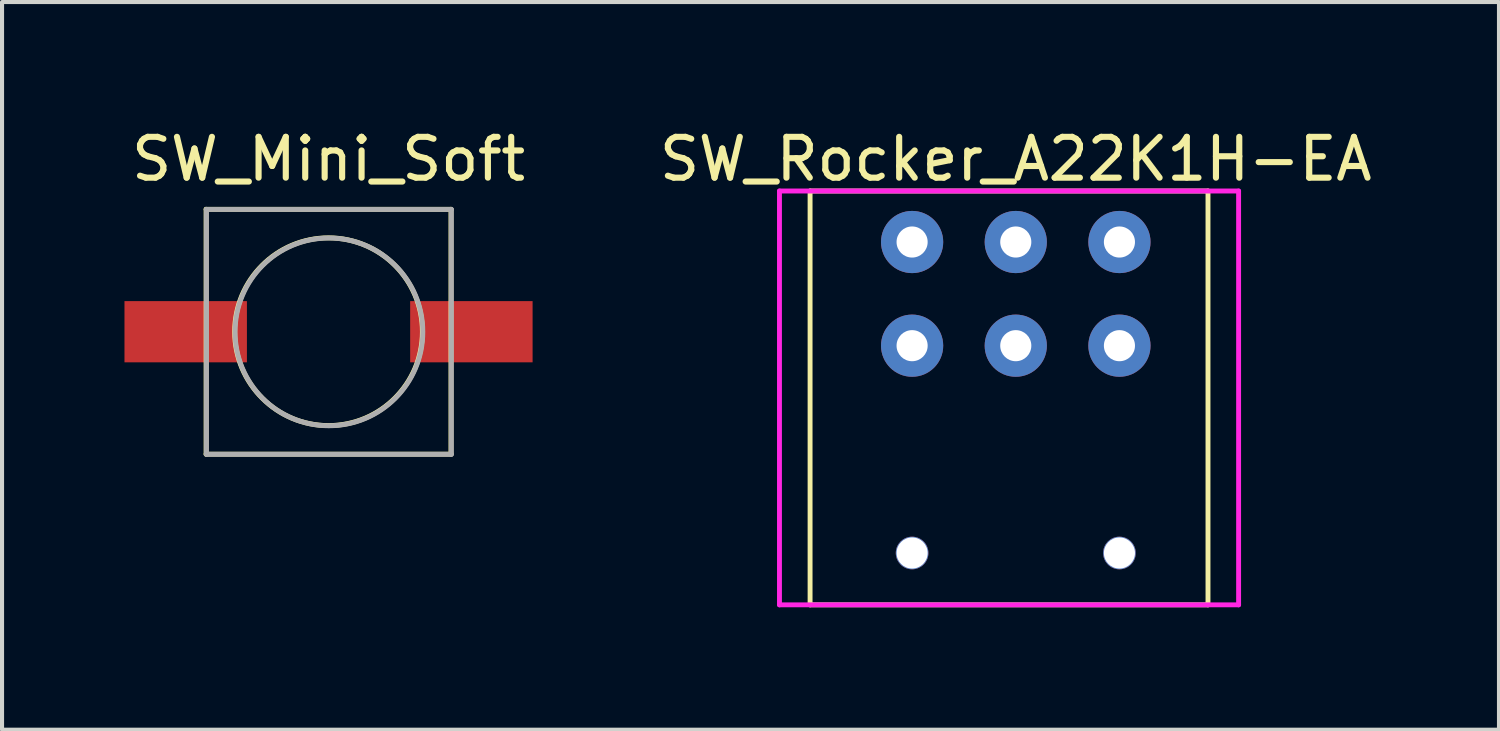
<source format=kicad_pcb>
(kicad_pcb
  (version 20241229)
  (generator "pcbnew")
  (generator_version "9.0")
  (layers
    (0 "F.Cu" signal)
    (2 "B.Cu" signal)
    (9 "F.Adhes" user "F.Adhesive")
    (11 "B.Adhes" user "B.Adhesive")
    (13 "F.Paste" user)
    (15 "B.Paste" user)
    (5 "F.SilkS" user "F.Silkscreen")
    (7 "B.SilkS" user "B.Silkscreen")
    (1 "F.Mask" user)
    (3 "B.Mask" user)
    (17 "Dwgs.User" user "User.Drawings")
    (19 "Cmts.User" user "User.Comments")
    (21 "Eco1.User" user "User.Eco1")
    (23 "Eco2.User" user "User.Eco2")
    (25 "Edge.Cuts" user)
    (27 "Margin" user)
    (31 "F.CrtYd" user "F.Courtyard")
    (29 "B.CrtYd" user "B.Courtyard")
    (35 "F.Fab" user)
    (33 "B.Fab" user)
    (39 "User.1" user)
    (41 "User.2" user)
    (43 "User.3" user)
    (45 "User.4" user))
  (footprint "SW_Rocker_A22K1H-EA"
    (layer "F.Cu")
    (at 19.299 2.88)
    (property "Reference" "SW_Rocker_A22K1H-EA" (at 2.54 -2.032 0) (layer "F.SilkS") (effects (font (size 1 1) (thickness 0.15))))
    (attr through_hole)
    (fp_line (start -2.5 8.89) (end -2.5 -1.25) (stroke (width 0.12) (type solid)) (layer "F.SilkS"))
    (fp_line (start 7.25 -1.25) (end -2.5 -1.25) (stroke (width 0.12) (type solid)) (layer "F.SilkS"))
    (fp_line (start 7.25 -1.25) (end 7.25 8.89) (stroke (width 0.12) (type solid)) (layer "F.SilkS"))
    (fp_line (start 7.25 8.89) (end -2.5 8.89) (stroke (width 0.12) (type solid)) (layer "F.SilkS"))
    (fp_line (start -3.25 -1.25) (end 8 -1.25) (stroke (width 0.12) (type solid)) (layer "F.CrtYd"))
    (fp_line (start -3.25 8.89) (end -3.25 -1.25) (stroke (width 0.12) (type solid)) (layer "F.CrtYd"))
    (fp_line (start 8 -1.25) (end 8 8.89) (stroke (width 0.12) (type solid)) (layer "F.CrtYd"))
    (fp_line (start 8 8.89) (end -3.25 8.89) (stroke (width 0.12) (type solid)) (layer "F.CrtYd"))
    (pad "" np_thru_hole circle (at 0 7.62) (size 0.8 0.8) (drill 0.762) (layers "*.Cu" "*.Mask"))
    (pad "" np_thru_hole circle (at 5.08 7.62) (size 0.8 0.8) (drill 0.762) (layers "*.Cu" "*.Mask"))
    (pad "1" thru_hole circle (at 0 0) (size 1.524 1.524) (drill 0.762) (layers "*.Cu" "*.Mask"))
    (pad "2" thru_hole circle (at 2.54 0) (size 1.524 1.524) (drill 0.762) (layers "*.Cu" "*.Mask"))
    (pad "3" thru_hole circle (at 5.08 0) (size 1.524 1.524) (drill 0.762) (layers "*.Cu" "*.Mask"))
    (pad "4" thru_hole circle (at 0 2.54) (size 1.524 1.524) (drill 0.762) (layers "*.Cu" "*.Mask"))
    (pad "5" thru_hole circle (at 2.54 2.54) (size 1.524 1.524) (drill 0.762) (layers "*.Cu" "*.Mask"))
    (pad "6" thru_hole circle (at 5.08 2.54) (size 1.524 1.524) (drill 0.762) (layers "*.Cu" "*.Mask")))
  (footprint "SW_Mini_Soft"
    (layer "F.Cu")
    (at 5 5.174)
    (property "Reference" "SW_Mini_Soft" (at 0 -4.326 0) (layer "F.SilkS") (effects (font (size 1 1) (thickness 0.15))))
    (attr through_hole)
    (fp_line (start -3 -3.096) (end 3 -3.096) (stroke (width 0.12) (type solid)) (layer "F.SilkS"))
    (fp_line (start -3 2.904) (end -3 -3.096) (stroke (width 0.12) (type solid)) (layer "F.SilkS"))
    (fp_line (start 3 -3.096) (end 3 2.904) (stroke (width 0.12) (type solid)) (layer "F.SilkS"))
    (fp_line (start 3 2.904) (end -3 2.904) (stroke (width 0.12) (type solid)) (layer "F.SilkS"))
    (fp_circle (center 0 -0.096) (end 2.3 -0.096) (stroke (width 0.12) (type solid)) (fill no) (layer "F.SilkS"))
    (fp_line (start -2.99 -3.092) (end 3.01 -3.092) (stroke (width 0.12) (type solid)) (layer "F.Fab"))
    (fp_line (start -2.99 2.908) (end -2.99 -3.092) (stroke (width 0.12) (type solid)) (layer "F.Fab"))
    (fp_line (start 3.01 -3.092) (end 3.01 2.908) (stroke (width 0.12) (type solid)) (layer "F.Fab"))
    (fp_line (start 3.01 2.908) (end -2.99 2.908) (stroke (width 0.12) (type solid)) (layer "F.Fab"))
    (fp_circle (center 0.01 -0.092) (end 2.31 -0.092) (stroke (width 0.12) (type solid)) (fill no) (layer "F.Fab"))
    (pad "1" smd rect (at -3.5 -0.096) (size 3 1.5) (layers "F.Cu" "F.Mask" "F.Paste"))
    (pad "2" smd rect (at 3.5 -0.096) (size 3 1.5) (layers "F.Cu" "F.Mask" "F.Paste")))
  (gr_rect
    (start -3 -3)
    (end 33.679 14.83)
    (stroke (width 0.1) (type default))
    (fill no)
    (layer "Edge.Cuts")))
</source>
